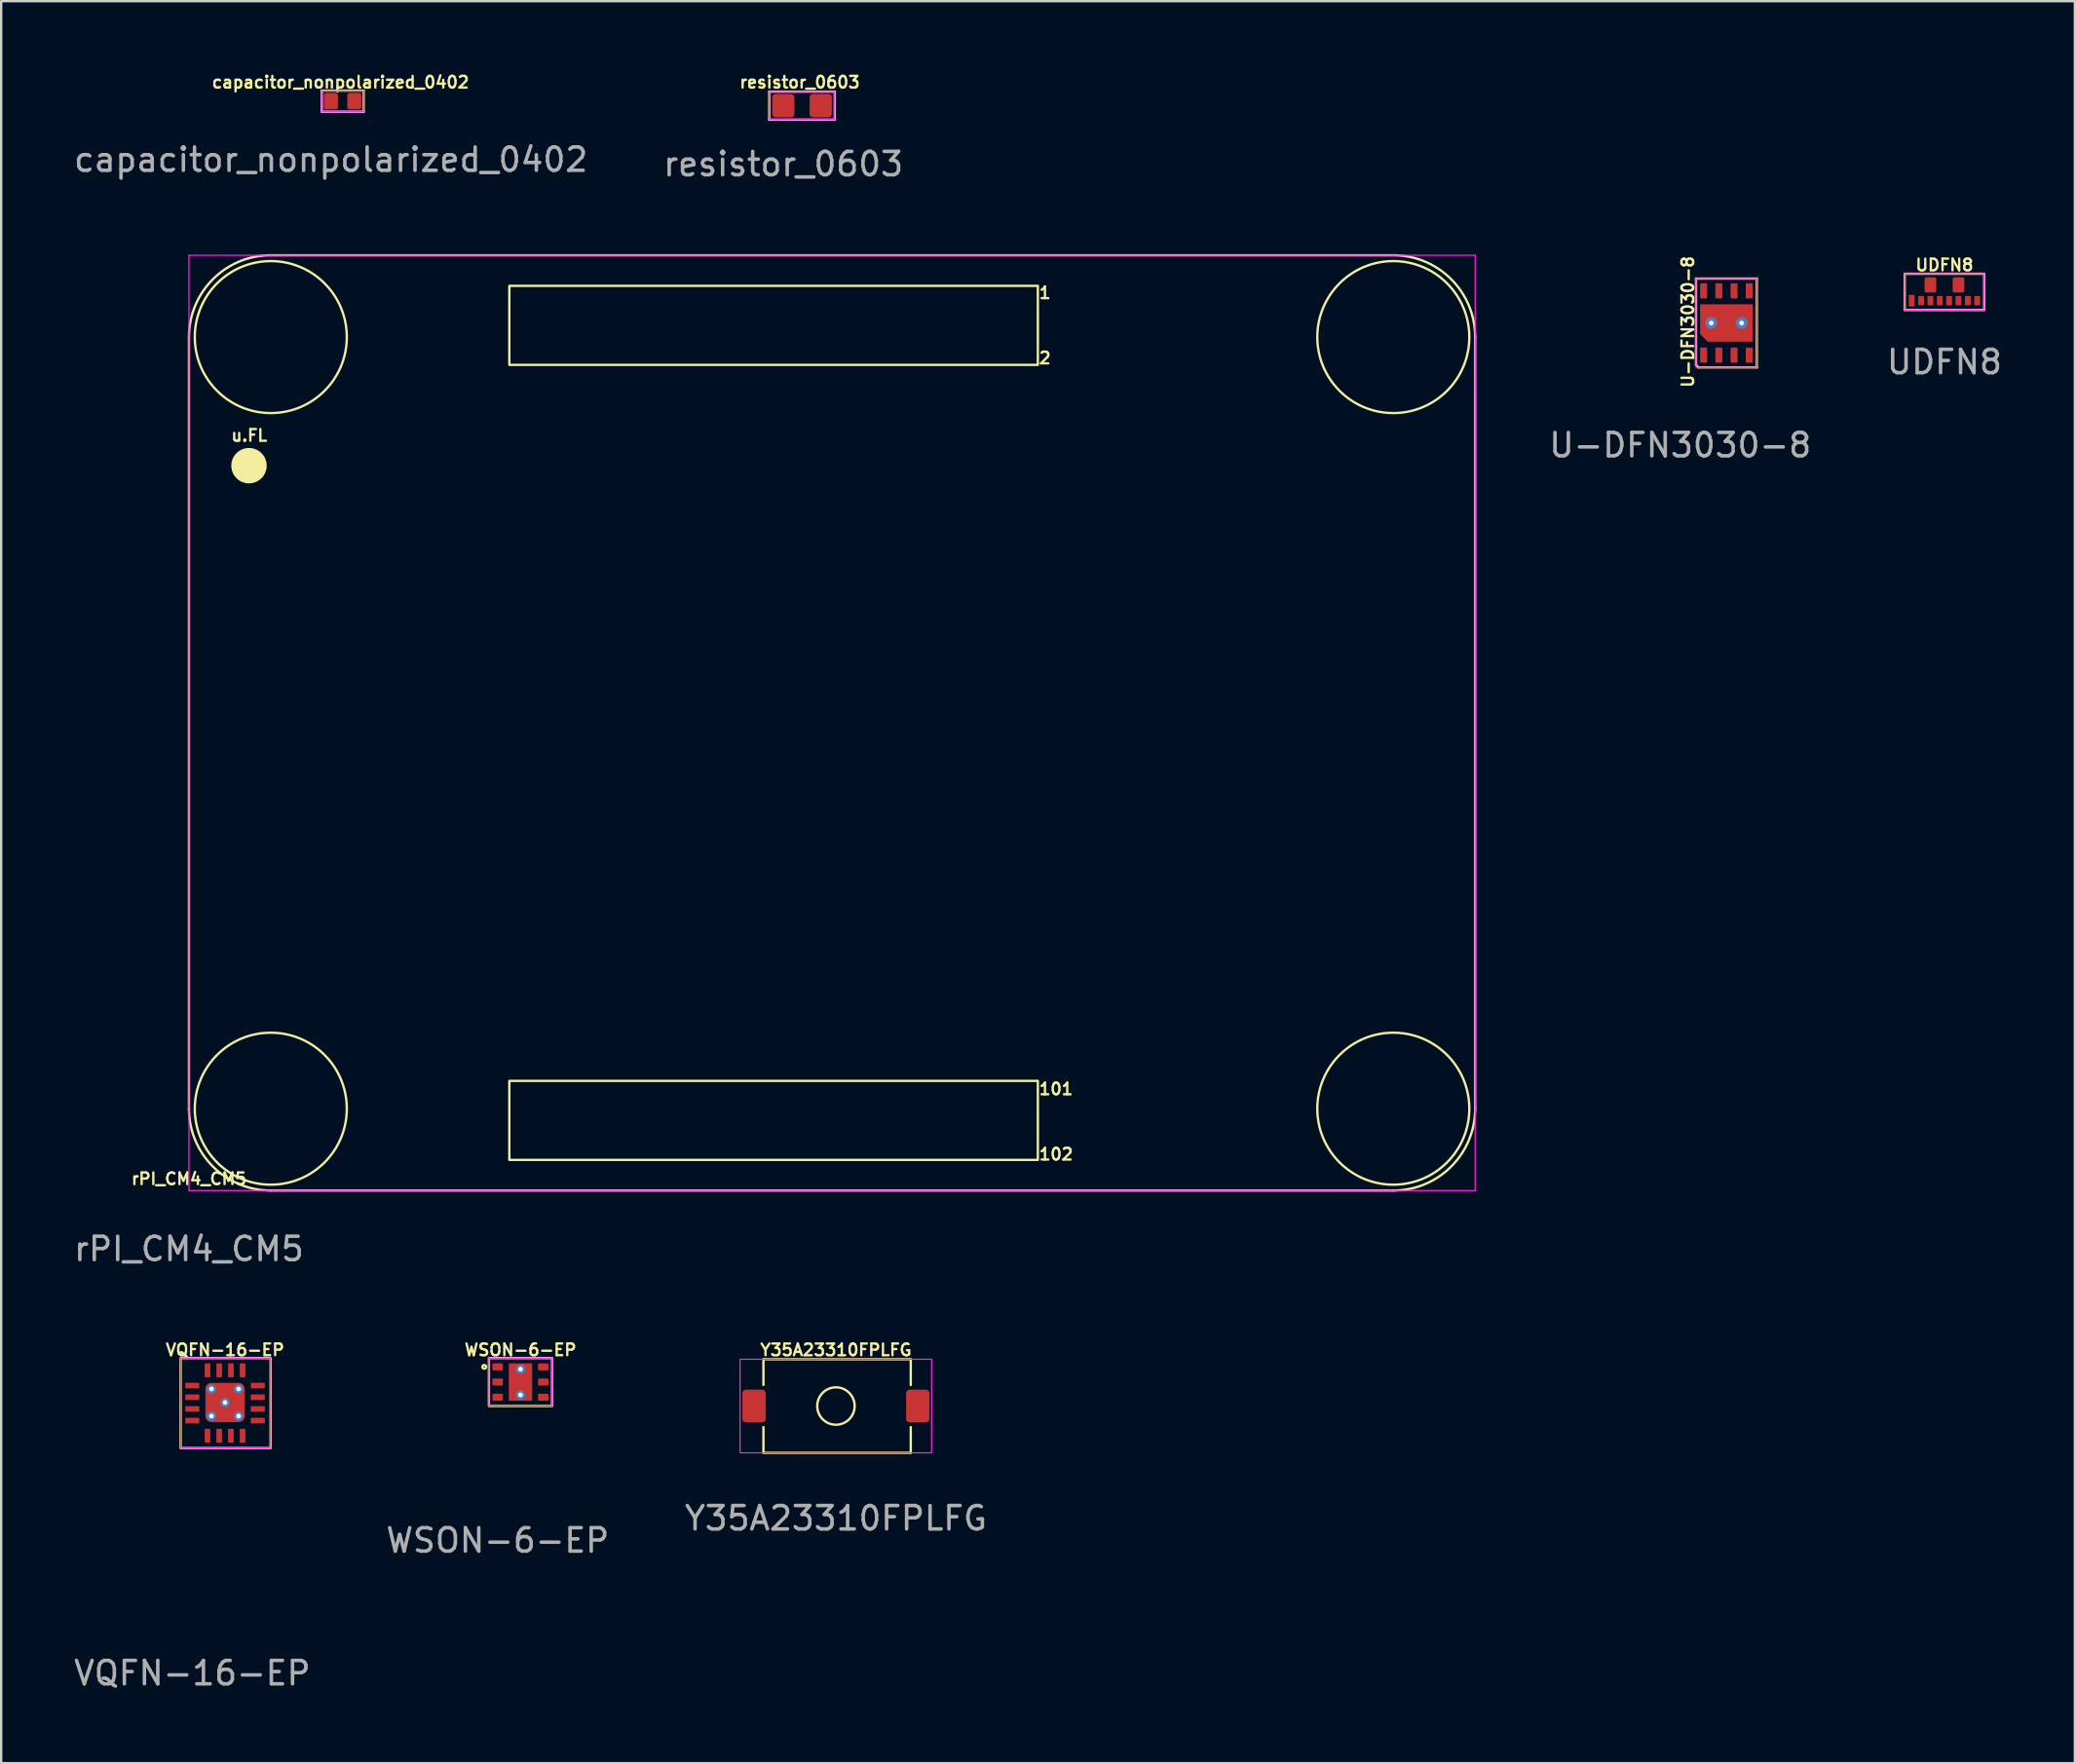
<source format=kicad_pcb>
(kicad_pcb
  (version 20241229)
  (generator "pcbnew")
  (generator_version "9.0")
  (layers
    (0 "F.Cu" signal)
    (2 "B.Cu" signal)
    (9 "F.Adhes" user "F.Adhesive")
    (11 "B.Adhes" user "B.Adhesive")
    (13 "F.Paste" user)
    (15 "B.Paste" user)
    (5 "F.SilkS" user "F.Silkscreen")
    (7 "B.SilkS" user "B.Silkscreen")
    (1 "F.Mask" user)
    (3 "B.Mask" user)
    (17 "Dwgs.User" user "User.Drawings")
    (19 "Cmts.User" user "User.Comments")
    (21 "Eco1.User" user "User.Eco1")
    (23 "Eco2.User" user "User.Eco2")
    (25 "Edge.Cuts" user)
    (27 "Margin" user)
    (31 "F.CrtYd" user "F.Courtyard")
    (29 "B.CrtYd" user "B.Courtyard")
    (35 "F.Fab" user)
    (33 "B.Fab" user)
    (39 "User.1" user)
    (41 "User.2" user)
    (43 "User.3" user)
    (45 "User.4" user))
  (footprint "UDFN8"
    (layer "F.Cu")
    (at 80.098 9.434)
    (property "Reference" "UDFN8" (at 0 -1.15 0) (unlocked yes) (layer "F.SilkS") (effects (font (size 0.5 0.5) (thickness 0.1))))
    (attr smd)
    (fp_rect (start -1.7 -0.775) (end 1.7 0.775) (stroke (width 0.1) (type default)) (fill no) (layer "F.SilkS"))
    (fp_rect (start -1.7 -0.775) (end 1.7 0.775) (stroke (width 0.05) (type default)) (fill no) (layer "F.CrtYd"))
    (fp_text user "${REFERENCE}" (at 0 3 0) (unlocked yes) (layer "F.Fab") (effects (font (size 1 1) (thickness 0.15))))
    (pad "1" smd roundrect (at -1.4 0.375 180) (size 0.25 0.5) (layers "F.Cu" "F.Mask" "F.Paste") (roundrect_rratio 0.15))
    (pad "2" smd roundrect (at -1 0.375 180) (size 0.25 0.4) (layers "F.Cu" "F.Mask" "F.Paste") (roundrect_rratio 0.15))
    (pad "3" smd roundrect (at -0.6 0.375 180) (size 0.25 0.4) (layers "F.Cu" "F.Mask" "F.Paste") (roundrect_rratio 0.15))
    (pad "4" smd roundrect (at -0.2 0.375 180) (size 0.25 0.4) (layers "F.Cu" "F.Mask" "F.Paste") (roundrect_rratio 0.15))
    (pad "5" smd roundrect (at 0.2 0.375 180) (size 0.25 0.4) (layers "F.Cu" "F.Mask" "F.Paste") (roundrect_rratio 0.15))
    (pad "6" smd roundrect (at 0.6 0.375 180) (size 0.25 0.4) (layers "F.Cu" "F.Mask" "F.Paste") (roundrect_rratio 0.15))
    (pad "7" smd roundrect (at 1 0.375 180) (size 0.25 0.4) (layers "F.Cu" "F.Mask" "F.Paste") (roundrect_rratio 0.15))
    (pad "8" smd roundrect (at 1.4 0.375 180) (size 0.25 0.4) (layers "F.Cu" "F.Mask" "F.Paste") (roundrect_rratio 0.15))
    (pad "9" smd roundrect (at -0.6 -0.3 180) (size 0.5 0.65) (layers "F.Cu" "F.Mask" "F.Paste") (roundrect_rratio 0.15))
    (pad "10" smd roundrect (at 0.6 -0.3 180) (size 0.5 0.65) (layers "F.Cu" "F.Mask" "F.Paste") (roundrect_rratio 0.15)))
  (footprint "resistor_0603"
    (layer "F.Cu")
    (at 31.246 1.463)
    (property "Reference" "resistor_0603" (at -0.1 -0.995 0) (unlocked yes) (layer "F.SilkS") (effects (font (size 0.5 0.5) (thickness 0.1))))
    (attr smd)
    (fp_line (start -1.4 -0.595) (end 1.4 -0.595) (stroke (width 0.1) (type default)) (layer "F.SilkS"))
    (fp_line (start -1.4 0.605) (end -1.4 -0.595) (stroke (width 0.1) (type default)) (layer "F.SilkS"))
    (fp_line (start 1.4 -0.595) (end 1.4 0.605) (stroke (width 0.1) (type default)) (layer "F.SilkS"))
    (fp_line (start 1.4 0.605) (end -1.4 0.605) (stroke (width 0.1) (type default)) (layer "F.SilkS"))
    (fp_rect (start -1.395 -0.595) (end 1.395 0.595) (stroke (width 0.05) (type default)) (fill no) (layer "F.CrtYd"))
    (fp_text user "${REFERENCE}" (at -0.8 2.505 0) (unlocked yes) (layer "F.Fab") (effects (font (size 1 1) (thickness 0.15))))
    (pad "1" smd roundrect (at -0.8 0.005) (size 0.95 1) (layers "F.Cu" "F.Mask" "F.Paste") (roundrect_rratio 0.15))
    (pad "2" smd roundrect (at 0.8 0.005) (size 0.95 1) (layers "F.Cu" "F.Mask" "F.Paste") (roundrect_rratio 0.15)))
  (footprint "VQFN-16-EP"
    (layer "F.Cu")
    (at 6.573 56.932)
    (property "Reference" "VQFN-16-EP" (at 0 -2.25 0) (unlocked yes) (layer "F.SilkS") (effects (font (size 0.5 0.5) (thickness 0.1))))
    (attr smd)
    (fp_rect (start -1.9 -1.9) (end 1.95 1.95) (stroke (width 0.1) (type default)) (fill no) (layer "F.SilkS"))
    (fp_rect (start -1.9 -1.9) (end 1.95 1.95) (stroke (width 0.05) (type default)) (fill no) (layer "F.CrtYd"))
    (fp_text user "${REFERENCE}" (at -1.4 11.575 0) (unlocked yes) (layer "F.Fab") (effects (font (size 1 1) (thickness 0.15))))
    (pad "1" smd roundrect (at -1.4 -0.725) (size 0.6 0.24) (layers "F.Cu" "F.Mask" "F.Paste") (roundrect_rratio 0.15))
    (pad "2" smd roundrect (at -1.4 -0.225) (size 0.6 0.24) (layers "F.Cu" "F.Mask" "F.Paste") (roundrect_rratio 0.15))
    (pad "3" smd roundrect (at -1.4 0.275) (size 0.6 0.24) (layers "F.Cu" "F.Mask" "F.Paste") (roundrect_rratio 0.15))
    (pad "4" smd roundrect (at -1.4 0.775) (size 0.6 0.24) (layers "F.Cu" "F.Mask" "F.Paste") (roundrect_rratio 0.15))
    (pad "5" smd roundrect (at -0.75 1.425 90) (size 0.6 0.24) (layers "F.Cu" "F.Mask" "F.Paste") (roundrect_rratio 0.15))
    (pad "6" smd roundrect (at -0.25 1.425 90) (size 0.6 0.24) (layers "F.Cu" "F.Mask" "F.Paste") (roundrect_rratio 0.15))
    (pad "7" smd roundrect (at 0.25 1.425 90) (size 0.6 0.24) (layers "F.Cu" "F.Mask" "F.Paste") (roundrect_rratio 0.15))
    (pad "8" smd roundrect (at 0.75 1.425 90) (size 0.6 0.24) (layers "F.Cu" "F.Mask" "F.Paste") (roundrect_rratio 0.15))
    (pad "9" smd roundrect (at 1.4 0.775) (size 0.6 0.24) (layers "F.Cu" "F.Mask" "F.Paste") (roundrect_rratio 0.15))
    (pad "10" smd roundrect (at 1.4 0.275) (size 0.6 0.24) (layers "F.Cu" "F.Mask" "F.Paste") (roundrect_rratio 0.15))
    (pad "11" smd roundrect (at 1.4 -0.225) (size 0.6 0.24) (layers "F.Cu" "F.Mask" "F.Paste") (roundrect_rratio 0.15))
    (pad "12" smd roundrect (at 1.4 -0.725) (size 0.6 0.24) (layers "F.Cu" "F.Mask" "F.Paste") (roundrect_rratio 0.15))
    (pad "13" smd roundrect (at 0.75 -1.375 90) (size 0.6 0.24) (layers "F.Cu" "F.Mask" "F.Paste") (roundrect_rratio 0.15))
    (pad "14" smd roundrect (at 0.25 -1.375 90) (size 0.6 0.24) (layers "F.Cu" "F.Mask" "F.Paste") (roundrect_rratio 0.15))
    (pad "15" smd roundrect (at -0.25 -1.375 90) (size 0.6 0.24) (layers "F.Cu" "F.Mask" "F.Paste") (roundrect_rratio 0.15))
    (pad "16" smd roundrect (at -0.75 -1.375 90) (size 0.6 0.24) (layers "F.Cu" "F.Mask" "F.Paste") (roundrect_rratio 0.15))
    (pad "17" thru_hole circle (at -0.58 -0.58 90) (size 0.4 0.4) (drill 0.2) (layers "*.Cu"))
    (pad "17" thru_hole circle (at -0.58 0.58 90) (size 0.4 0.4) (drill 0.2) (layers "*.Cu"))
    (pad "17" thru_hole circle (at 0 0 90) (size 0.4 0.4) (drill 0.2) (layers "*.Cu"))
    (pad "17" smd roundrect (at 0 0 90) (size 1.68 1.68) (layers "F.Cu" "F.Mask" "F.Paste") (roundrect_rratio 0.15))
    (pad "17" thru_hole circle (at 0.58 -0.58 90) (size 0.4 0.4) (drill 0.2) (layers "*.Cu"))
    (pad "17" thru_hole circle (at 0.58 0.58 90) (size 0.4 0.4) (drill 0.2) (layers "*.Cu")))
  (footprint "capacitor_nonpolarized_0402"
    (layer "F.Cu")
    (at 11.101 1.278)
    (property "Reference" "capacitor_nonpolarized_0402" (at 0.41 -0.81 0) (unlocked yes) (layer "F.SilkS") (effects (font (size 0.5 0.5) (thickness 0.1))))
    (attr smd)
    (fp_line (start -0.39 -0.45) (end 1.4 -0.45) (stroke (width 0.1) (type default)) (layer "F.SilkS"))
    (fp_line (start -0.39 0.45) (end -0.39 -0.45) (stroke (width 0.1) (type default)) (layer "F.SilkS"))
    (fp_line (start 1.395 0.45) (end -0.39 0.45) (stroke (width 0.1) (type default)) (layer "F.SilkS"))
    (fp_line (start 1.4 -0.45) (end 1.4 0.45) (stroke (width 0.1) (type default)) (layer "F.SilkS"))
    (fp_rect (start -0.39 -0.44) (end 1.4 0.45) (stroke (width 0.05) (type default)) (fill no) (layer "F.CrtYd"))
    (fp_text user "${REFERENCE}" (at 0 2.5 0) (unlocked yes) (layer "F.Fab") (effects (font (size 1 1) (thickness 0.15))))
    (pad "1" smd roundrect (at 0 0) (size 0.6 0.7) (layers "F.Cu" "F.Mask" "F.Paste") (roundrect_rratio 0.15))
    (pad "2" smd roundrect (at 1 0) (size 0.6 0.7) (layers "F.Cu" "F.Mask" "F.Paste") (roundrect_rratio 0.15)))
  (footprint "WSON-6-EP"
    (layer "F.Cu")
    (at 19.207 56.057)
    (property "Reference" "WSON-6-EP" (at 0 -1.375 0) (unlocked yes) (layer "F.SilkS") (effects (font (size 0.5 0.5) (thickness 0.1))))
    (attr smd)
    (fp_rect (start -1.35 -1.025) (end 1.35 1.025) (stroke (width 0.1) (type default)) (fill no) (layer "F.SilkS"))
    (fp_circle (center -1.55 -0.65) (end -1.475 -0.625) (stroke (width 0.1) (type default)) (fill no) (layer "F.SilkS"))
    (fp_rect (start -0.45 -0.75) (end 0.45 -0.15) (stroke (width 0.1) (type solid)) (fill yes) (layer "F.Paste"))
    (fp_rect (start -0.45 0.15) (end 0.45 0.75) (stroke (width 0.1) (type solid)) (fill yes) (layer "F.Paste"))
    (fp_rect (start -1.35 -1.025) (end 1.35 1.025) (stroke (width 0.05) (type default)) (fill no) (layer "F.CrtYd"))
    (fp_text user "${REFERENCE}" (at -0.975 6.775 0) (unlocked yes) (layer "F.Fab") (effects (font (size 1 1) (thickness 0.15))))
    (pad "1" smd roundrect (at -0.975 -0.65) (size 0.45 0.3) (layers "F.Cu" "F.Mask" "F.Paste") (roundrect_rratio 0.15))
    (pad "2" smd roundrect (at -0.975 0) (size 0.45 0.3) (layers "F.Cu" "F.Mask" "F.Paste") (roundrect_rratio 0.15))
    (pad "3" smd roundrect (at -0.975 0.65) (size 0.45 0.3) (layers "F.Cu" "F.Mask" "F.Paste") (roundrect_rratio 0.15))
    (pad "4" smd roundrect (at 0.975 0.65) (size 0.45 0.3) (layers "F.Cu" "F.Mask" "F.Paste") (roundrect_rratio 0.15))
    (pad "5" smd roundrect (at 0.975 0) (size 0.45 0.3) (layers "F.Cu" "F.Mask" "F.Paste") (roundrect_rratio 0.15))
    (pad "6" smd roundrect (at 0.975 -0.65) (size 0.45 0.3) (layers "F.Cu" "F.Mask" "F.Paste") (roundrect_rratio 0.15))
    (pad "7" thru_hole circle (at 0 -0.55) (size 0.4 0.4) (drill 0.2) (layers "*.Cu"))
    (pad "7" smd rect (at 0 0) (size 1 1.6) (layers "F.Cu" "F.Mask"))
    (pad "7" thru_hole circle (at 0 0.55) (size 0.4 0.4) (drill 0.2) (layers "*.Cu")))
  (footprint "rPI_CM4_CM5"
    (layer "F.Cu")
    (at 32.53 27.866)
    (property "Reference" "rPI_CM4_CM5" (at -27.5 19.5 0) (unlocked yes) (layer "F.SilkS") (effects (font (size 0.5 0.5) (thickness 0.1))))
    (attr smd)
    (fp_line (start -27.5 -16.5) (end -27.5 16.5) (stroke (width 0.1) (type solid)) (layer "F.SilkS"))
    (fp_line (start -24 20) (end 24 20) (stroke (width 0.1) (type solid)) (layer "F.SilkS"))
    (fp_line (start 24 -20) (end -24 -20) (stroke (width 0.1) (type solid)) (layer "F.SilkS"))
    (fp_line (start 27.5 -16.513) (end 27.5 16.5) (stroke (width 0.1) (type solid)) (layer "F.SilkS"))
    (fp_rect (start -13.8 -18.69) (end 8.8 -15.31) (stroke (width 0.1) (type solid)) (fill no) (layer "F.SilkS"))
    (fp_rect (start -13.8 15.31) (end 8.8 18.69) (stroke (width 0.1) (type solid)) (fill no) (layer "F.SilkS"))
    (fp_arc (start -27.5 -16.5) (mid -26.474874 -18.974874) (end -24 -20) (stroke (width 0.1) (type solid)) (layer "F.SilkS"))
    (fp_arc (start -24 20) (mid -26.474874 18.974874) (end -27.5 16.5) (stroke (width 0.1) (type solid)) (layer "F.SilkS"))
    (fp_arc (start 24 -20) (mid 26.474874 -18.974874) (end 27.5 -16.5) (stroke (width 0.1) (type solid)) (layer "F.SilkS"))
    (fp_arc (start 27.5 16.5) (mid 26.474874 18.974874) (end 24 20) (stroke (width 0.1) (type default)) (layer "F.SilkS"))
    (fp_circle (center -24.933 -11) (end -24.226 -11) (stroke (width 0.1) (type solid)) (fill yes) (layer "F.SilkS"))
    (fp_circle (center -24 -16.5) (end -20.75 -16.5) (stroke (width 0.1) (type solid)) (fill no) (layer "F.SilkS"))
    (fp_circle (center -24 16.5) (end -20.75 16.5) (stroke (width 0.1) (type solid)) (fill no) (layer "F.SilkS"))
    (fp_circle (center 24 -16.5) (end 27.25 -16.5) (stroke (width 0.1) (type solid)) (fill no) (layer "F.SilkS"))
    (fp_circle (center 24 16.5) (end 27.25 16.5) (stroke (width 0.1) (type solid)) (fill no) (layer "F.SilkS"))
    (fp_line (start -27.5 -20) (end -24 -20) (stroke (width 0.05) (type default)) (layer "F.CrtYd"))
    (fp_line (start -27.5 20) (end -27.5 -20) (stroke (width 0.05) (type default)) (layer "F.CrtYd"))
    (fp_line (start -24 -20) (end 24 -20) (stroke (width 0.05) (type default)) (layer "F.CrtYd"))
    (fp_line (start 24 -20) (end 27.5 -20) (stroke (width 0.05) (type default)) (layer "F.CrtYd"))
    (fp_line (start 27.5 -20) (end 27.5 20) (stroke (width 0.05) (type default)) (layer "F.CrtYd"))
    (fp_line (start 27.5 20) (end -27.5 20) (stroke (width 0.05) (type default)) (layer "F.CrtYd"))
    (fp_text user "u.FL" (at -25.75 -12 0) (unlocked yes) (layer "F.SilkS") (effects (font (size 0.5 0.5) (thickness 0.1)) (justify left bottom)))
    (fp_text user "2" (at 8.8 -15.31 0) (unlocked yes) (layer "F.SilkS") (effects (font (size 0.5 0.5) (thickness 0.1)) (justify left bottom)))
    (fp_text user "101" (at 8.8 15.95 0) (unlocked yes) (layer "F.SilkS") (effects (font (size 0.5 0.5) (thickness 0.1)) (justify left bottom)))
    (fp_text user "1" (at 8.8 -18.1 0) (unlocked yes) (layer "F.SilkS") (effects (font (size 0.5 0.5) (thickness 0.1)) (justify left bottom)))
    (fp_text user "102" (at 8.8 18.74 0) (unlocked yes) (layer "F.SilkS") (effects (font (size 0.5 0.5) (thickness 0.1)) (justify left bottom)))
    (fp_text user "${REFERENCE}" (at -27.5 22.5 0) (unlocked yes) (layer "F.Fab") (effects (font (size 1 1) (thickness 0.15))))
    (zone (net_name "") (layers "F.Cu" "B.Cu") (name "WIRELESS COPPER CUTOUT") (hatch edge 0.5) (connect_pads) (min_thickness 0.25) (filled_areas_thickness no) (keepout (tracks not_allowed) (vias not_allowed) (pads not_allowed) (copperpour allowed) (footprints not_allowed)) (placement (enabled no)) (fill) (polygon (pts (xy 5.03 29.366) (xy 5.03 18.366) (xy 11.53 18.366) (xy 11.53 29.366)))))
  (footprint "Y35A23310FPLFG"
    (layer "F.Cu")
    (at 32.696 57.083)
    (property "Reference" "Y35A23310FPLFG" (at 0 -2.4 0) (unlocked yes) (layer "F.SilkS") (effects (font (size 0.5 0.5) (thickness 0.1))))
    (attr smd)
    (fp_line (start -3.1 -2) (end 3.2 -2) (stroke (width 0.1) (type default)) (layer "F.SilkS"))
    (fp_line (start -3.1 -0.9) (end -3.1 -2) (stroke (width 0.1) (type default)) (layer "F.SilkS"))
    (fp_line (start -3.1 2) (end -3.1 0.9) (stroke (width 0.1) (type default)) (layer "F.SilkS"))
    (fp_line (start -3.1 2) (end 3.2 2) (stroke (width 0.1) (type default)) (layer "F.SilkS"))
    (fp_line (start 3.2 -0.9) (end 3.2 -2) (stroke (width 0.1) (type default)) (layer "F.SilkS"))
    (fp_line (start 3.2 2) (end 3.2 0.9) (stroke (width 0.1) (type default)) (layer "F.SilkS"))
    (fp_circle (center 0 0) (end 0.8 0) (stroke (width 0.1) (type default)) (fill no) (layer "F.SilkS"))
    (fp_rect (start -4.1 -2) (end 4.09 2) (stroke (width 0.05) (type default)) (fill no) (layer "F.CrtYd"))
    (fp_text user "${REFERENCE}" (at 0 4.8 0) (unlocked yes) (layer "F.Fab") (effects (font (size 1 1) (thickness 0.15))))
    (pad "1" smd roundrect (at -3.5 0) (size 1 1.4) (layers "F.Cu" "F.Mask" "F.Paste") (roundrect_rratio 0.15))
    (pad "2" smd roundrect (at 3.5 0) (size 1 1.4) (layers "F.Cu" "F.Mask" "F.Paste") (roundrect_rratio 0.15)))
  (footprint "U-DFN3030-8"
    (layer "F.Cu")
    (at 70.775 10.764)
    (property "Reference" "U-DFN3030-8" (at -1.65 -0.05 90) (unlocked yes) (layer "F.SilkS") (effects (font (size 0.5 0.5) (thickness 0.1))))
    (attr smd)
    (fp_line (start -1.3 -1.9) (end 1.3 -1.9) (stroke (width 0.1) (type default)) (layer "F.SilkS"))
    (fp_line (start -1.3 1.8) (end -1.3 -1.9) (stroke (width 0.1) (type default)) (layer "F.SilkS"))
    (fp_line (start -1.2 1.9) (end -1.3 1.8) (stroke (width 0.1) (type default)) (layer "F.SilkS"))
    (fp_line (start 1.3 -1.9) (end 1.3 1.9) (stroke (width 0.1) (type default)) (layer "F.SilkS"))
    (fp_line (start 1.3 1.9) (end -1.2 1.9) (stroke (width 0.1) (type default)) (layer "F.SilkS"))
    (fp_rect (start -1.3 -1.9) (end 1.3 1.9) (stroke (width 0.05) (type default)) (fill no) (layer "F.CrtYd"))
    (fp_text user "${REFERENCE}" (at -1.975 5.225 0) (unlocked yes) (layer "F.Fab") (effects (font (size 1 1) (thickness 0.15))))
    (pad "1" smd roundrect (at -0.975 1.375) (size 0.3 0.65) (layers "F.Cu" "F.Mask" "F.Paste") (roundrect_rratio 0.15))
    (pad "2" smd roundrect (at -0.325 1.375) (size 0.3 0.65) (layers "F.Cu" "F.Mask" "F.Paste") (roundrect_rratio 0.15))
    (pad "3" smd roundrect (at 0.325 1.375) (size 0.3 0.65) (layers "F.Cu" "F.Mask" "F.Paste") (roundrect_rratio 0.15))
    (pad "4" smd roundrect (at 0.975 1.375) (size 0.3 0.65) (layers "F.Cu" "F.Mask" "F.Paste") (roundrect_rratio 0.15))
    (pad "5" smd roundrect (at 0.975 -1.375) (size 0.3 0.65) (layers "F.Cu" "F.Mask" "F.Paste") (roundrect_rratio 0.15))
    (pad "6" smd roundrect (at 0.325 -1.375) (size 0.3 0.65) (layers "F.Cu" "F.Mask" "F.Paste") (roundrect_rratio 0.15))
    (pad "7" smd roundrect (at -0.325 -1.375) (size 0.3 0.65) (layers "F.Cu" "F.Mask" "F.Paste") (roundrect_rratio 0.15))
    (pad "8" smd roundrect (at -0.975 -1.375) (size 0.3 0.65) (layers "F.Cu" "F.Mask" "F.Paste") (roundrect_rratio 0.15))
    (pad "9" thru_hole circle (at -0.65 0) (size 0.5 0.5) (drill 0.2) (layers "*.Cu"))
    (pad "9" smd roundrect (at 0 0) (size 2.25 1.6) (layers "F.Cu" "F.Mask" "F.Paste") (roundrect_rratio 0) (chamfer_ratio 0.2) (chamfer bottom_left))
    (pad "9" thru_hole circle (at 0.65 0) (size 0.5 0.5) (drill 0.2) (layers "*.Cu")))
  (gr_rect
    (start -3 -3)
    (end 85.675 72.356)
    (stroke (width 0.1) (type default))
    (fill no)
    (layer "Edge.Cuts")))
</source>
